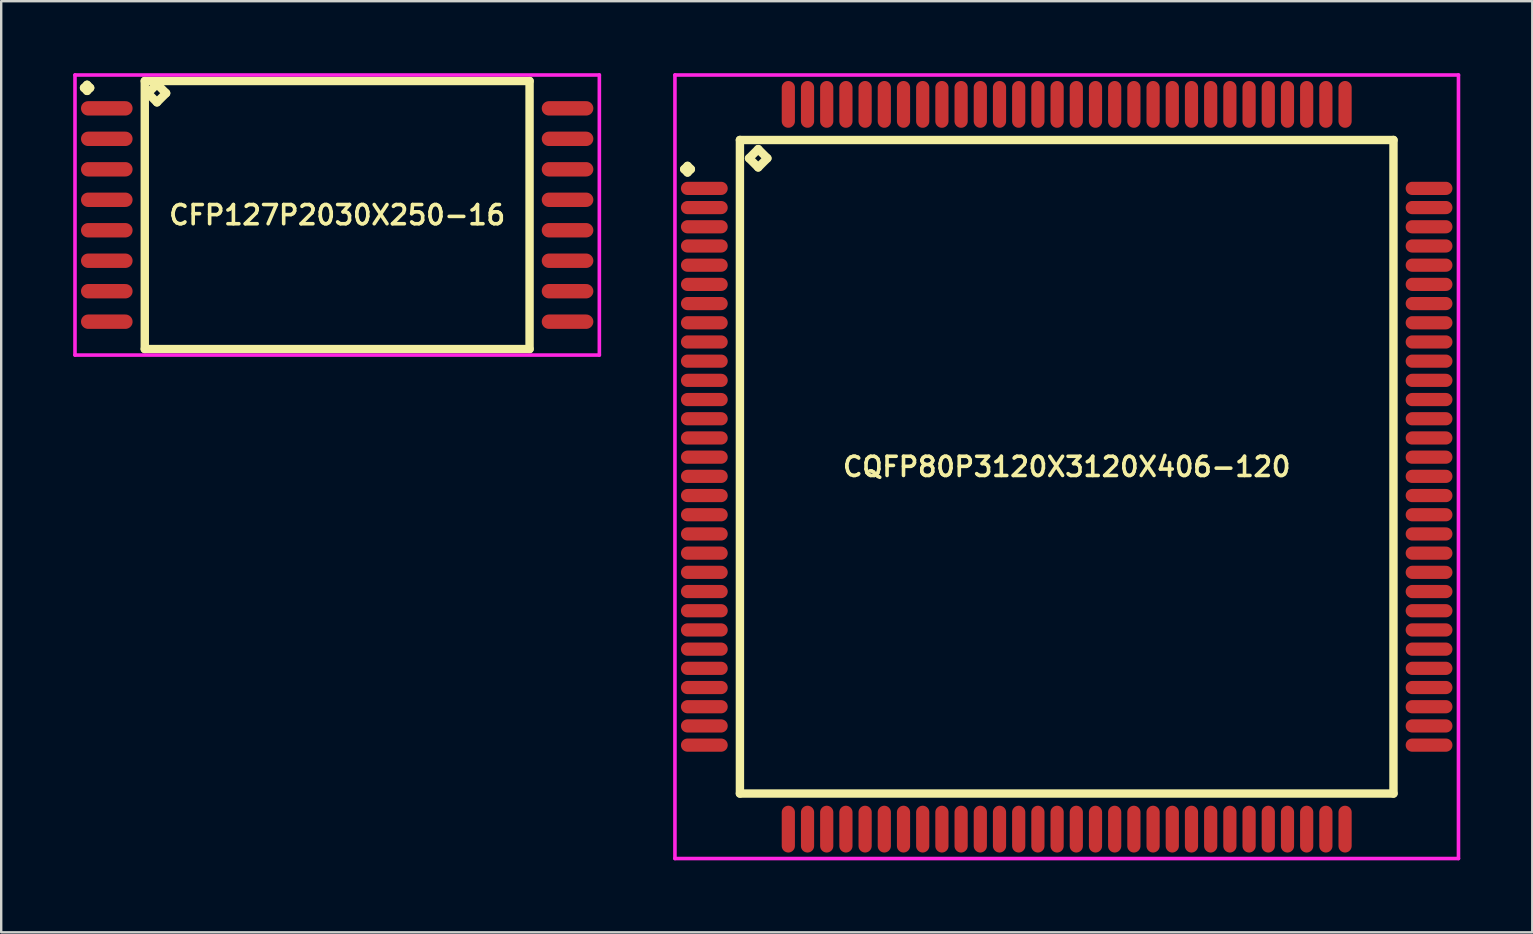
<source format=kicad_pcb>
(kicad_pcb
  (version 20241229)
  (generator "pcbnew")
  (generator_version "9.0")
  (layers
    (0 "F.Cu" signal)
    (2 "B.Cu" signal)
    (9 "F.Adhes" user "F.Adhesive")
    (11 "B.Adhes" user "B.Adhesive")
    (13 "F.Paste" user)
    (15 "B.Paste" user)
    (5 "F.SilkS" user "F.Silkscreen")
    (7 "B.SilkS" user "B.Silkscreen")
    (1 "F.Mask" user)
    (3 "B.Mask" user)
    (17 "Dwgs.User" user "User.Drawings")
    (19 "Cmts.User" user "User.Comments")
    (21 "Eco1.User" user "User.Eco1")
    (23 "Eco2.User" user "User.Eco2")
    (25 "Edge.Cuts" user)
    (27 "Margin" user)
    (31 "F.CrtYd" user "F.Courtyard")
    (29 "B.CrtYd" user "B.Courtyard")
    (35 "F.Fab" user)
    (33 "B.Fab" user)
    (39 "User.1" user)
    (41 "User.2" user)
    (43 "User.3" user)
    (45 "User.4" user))
  (footprint "CQFP80P3120X3120X406-120"
    (layer "F.Cu")
    (at 41.4 16.4)
    (property "Reference" "CQFP80P3120X3120X406-120" (at 0 0 0) (layer "F.SilkS") (effects (font (size 0.8 0.8) (thickness 0.15))))
    (attr smd)
    (fp_line (start -15.938 -12.4) (end -15.8 -12.537) (stroke (width 0.35) (type solid)) (layer "F.SilkS"))
    (fp_line (start -15.8 -12.537) (end -15.662 -12.4) (stroke (width 0.35) (type solid)) (layer "F.SilkS"))
    (fp_line (start -15.8 -12.262) (end -15.938 -12.4) (stroke (width 0.35) (type solid)) (layer "F.SilkS"))
    (fp_line (start -15.662 -12.4) (end -15.8 -12.262) (stroke (width 0.35) (type solid)) (layer "F.SilkS"))
    (fp_line (start -13.617 -13.617) (end -13.617 13.617) (stroke (width 0.35) (type solid)) (layer "F.SilkS"))
    (fp_line (start -13.617 13.617) (end 13.617 13.617) (stroke (width 0.35) (type solid)) (layer "F.SilkS"))
    (fp_line (start -13.236 -12.855) (end -12.855 -13.236) (stroke (width 0.35) (type solid)) (layer "F.SilkS"))
    (fp_line (start -12.855 -13.236) (end -12.474 -12.855) (stroke (width 0.35) (type solid)) (layer "F.SilkS"))
    (fp_line (start -12.855 -12.474) (end -13.236 -12.855) (stroke (width 0.35) (type solid)) (layer "F.SilkS"))
    (fp_line (start -12.474 -12.855) (end -12.855 -12.474) (stroke (width 0.35) (type solid)) (layer "F.SilkS"))
    (fp_line (start 13.617 -13.617) (end -13.617 -13.617) (stroke (width 0.35) (type solid)) (layer "F.SilkS"))
    (fp_line (start 13.617 13.617) (end 13.617 -13.617) (stroke (width 0.35) (type solid)) (layer "F.SilkS"))
    (fp_line (start -16.325 -16.325) (end 16.325 -16.325) (stroke (width 0.15) (type solid)) (layer "F.CrtYd"))
    (fp_line (start -16.325 16.325) (end -16.325 -16.325) (stroke (width 0.15) (type solid)) (layer "F.CrtYd"))
    (fp_line (start 16.325 -16.325) (end 16.325 16.325) (stroke (width 0.15) (type solid)) (layer "F.CrtYd"))
    (fp_line (start 16.325 16.325) (end -16.325 16.325) (stroke (width 0.15) (type solid)) (layer "F.CrtYd"))
    (pad "1" smd oval (at -15.1 -11.6) (size 1.95 0.55) (layers "F.Cu" "F.Mask" "F.Paste"))
    (pad "2" smd oval (at -15.1 -10.8) (size 1.95 0.55) (layers "F.Cu" "F.Mask" "F.Paste"))
    (pad "3" smd oval (at -15.1 -10) (size 1.95 0.55) (layers "F.Cu" "F.Mask" "F.Paste"))
    (pad "4" smd oval (at -15.1 -9.2) (size 1.95 0.55) (layers "F.Cu" "F.Mask" "F.Paste"))
    (pad "5" smd oval (at -15.1 -8.4) (size 1.95 0.55) (layers "F.Cu" "F.Mask" "F.Paste"))
    (pad "6" smd oval (at -15.1 -7.6) (size 1.95 0.55) (layers "F.Cu" "F.Mask" "F.Paste"))
    (pad "7" smd oval (at -15.1 -6.8) (size 1.95 0.55) (layers "F.Cu" "F.Mask" "F.Paste"))
    (pad "8" smd oval (at -15.1 -6) (size 1.95 0.55) (layers "F.Cu" "F.Mask" "F.Paste"))
    (pad "9" smd oval (at -15.1 -5.2) (size 1.95 0.55) (layers "F.Cu" "F.Mask" "F.Paste"))
    (pad "10" smd oval (at -15.1 -4.4) (size 1.95 0.55) (layers "F.Cu" "F.Mask" "F.Paste"))
    (pad "11" smd oval (at -15.1 -3.6) (size 1.95 0.55) (layers "F.Cu" "F.Mask" "F.Paste"))
    (pad "12" smd oval (at -15.1 -2.8) (size 1.95 0.55) (layers "F.Cu" "F.Mask" "F.Paste"))
    (pad "13" smd oval (at -15.1 -2) (size 1.95 0.55) (layers "F.Cu" "F.Mask" "F.Paste"))
    (pad "14" smd oval (at -15.1 -1.2) (size 1.95 0.55) (layers "F.Cu" "F.Mask" "F.Paste"))
    (pad "15" smd oval (at -15.1 -0.4) (size 1.95 0.55) (layers "F.Cu" "F.Mask" "F.Paste"))
    (pad "16" smd oval (at -15.1 0.4) (size 1.95 0.55) (layers "F.Cu" "F.Mask" "F.Paste"))
    (pad "17" smd oval (at -15.1 1.2) (size 1.95 0.55) (layers "F.Cu" "F.Mask" "F.Paste"))
    (pad "18" smd oval (at -15.1 2) (size 1.95 0.55) (layers "F.Cu" "F.Mask" "F.Paste"))
    (pad "19" smd oval (at -15.1 2.8) (size 1.95 0.55) (layers "F.Cu" "F.Mask" "F.Paste"))
    (pad "20" smd oval (at -15.1 3.6) (size 1.95 0.55) (layers "F.Cu" "F.Mask" "F.Paste"))
    (pad "21" smd oval (at -15.1 4.4) (size 1.95 0.55) (layers "F.Cu" "F.Mask" "F.Paste"))
    (pad "22" smd oval (at -15.1 5.2) (size 1.95 0.55) (layers "F.Cu" "F.Mask" "F.Paste"))
    (pad "23" smd oval (at -15.1 6) (size 1.95 0.55) (layers "F.Cu" "F.Mask" "F.Paste"))
    (pad "24" smd oval (at -15.1 6.8) (size 1.95 0.55) (layers "F.Cu" "F.Mask" "F.Paste"))
    (pad "25" smd oval (at -15.1 7.6) (size 1.95 0.55) (layers "F.Cu" "F.Mask" "F.Paste"))
    (pad "26" smd oval (at -15.1 8.4) (size 1.95 0.55) (layers "F.Cu" "F.Mask" "F.Paste"))
    (pad "27" smd oval (at -15.1 9.2) (size 1.95 0.55) (layers "F.Cu" "F.Mask" "F.Paste"))
    (pad "28" smd oval (at -15.1 10) (size 1.95 0.55) (layers "F.Cu" "F.Mask" "F.Paste"))
    (pad "29" smd oval (at -15.1 10.8) (size 1.95 0.55) (layers "F.Cu" "F.Mask" "F.Paste"))
    (pad "30" smd oval (at -15.1 11.6) (size 1.95 0.55) (layers "F.Cu" "F.Mask" "F.Paste"))
    (pad "31" smd oval (at -11.6 15.1) (size 0.55 1.95) (layers "F.Cu" "F.Mask" "F.Paste"))
    (pad "32" smd oval (at -10.8 15.1) (size 0.55 1.95) (layers "F.Cu" "F.Mask" "F.Paste"))
    (pad "33" smd oval (at -10 15.1) (size 0.55 1.95) (layers "F.Cu" "F.Mask" "F.Paste"))
    (pad "34" smd oval (at -9.2 15.1) (size 0.55 1.95) (layers "F.Cu" "F.Mask" "F.Paste"))
    (pad "35" smd oval (at -8.4 15.1) (size 0.55 1.95) (layers "F.Cu" "F.Mask" "F.Paste"))
    (pad "36" smd oval (at -7.6 15.1) (size 0.55 1.95) (layers "F.Cu" "F.Mask" "F.Paste"))
    (pad "37" smd oval (at -6.8 15.1) (size 0.55 1.95) (layers "F.Cu" "F.Mask" "F.Paste"))
    (pad "38" smd oval (at -6 15.1) (size 0.55 1.95) (layers "F.Cu" "F.Mask" "F.Paste"))
    (pad "39" smd oval (at -5.2 15.1) (size 0.55 1.95) (layers "F.Cu" "F.Mask" "F.Paste"))
    (pad "40" smd oval (at -4.4 15.1) (size 0.55 1.95) (layers "F.Cu" "F.Mask" "F.Paste"))
    (pad "41" smd oval (at -3.6 15.1) (size 0.55 1.95) (layers "F.Cu" "F.Mask" "F.Paste"))
    (pad "42" smd oval (at -2.8 15.1) (size 0.55 1.95) (layers "F.Cu" "F.Mask" "F.Paste"))
    (pad "43" smd oval (at -2 15.1) (size 0.55 1.95) (layers "F.Cu" "F.Mask" "F.Paste"))
    (pad "44" smd oval (at -1.2 15.1) (size 0.55 1.95) (layers "F.Cu" "F.Mask" "F.Paste"))
    (pad "45" smd oval (at -0.4 15.1) (size 0.55 1.95) (layers "F.Cu" "F.Mask" "F.Paste"))
    (pad "46" smd oval (at 0.4 15.1) (size 0.55 1.95) (layers "F.Cu" "F.Mask" "F.Paste"))
    (pad "47" smd oval (at 1.2 15.1) (size 0.55 1.95) (layers "F.Cu" "F.Mask" "F.Paste"))
    (pad "48" smd oval (at 2 15.1) (size 0.55 1.95) (layers "F.Cu" "F.Mask" "F.Paste"))
    (pad "49" smd oval (at 2.8 15.1) (size 0.55 1.95) (layers "F.Cu" "F.Mask" "F.Paste"))
    (pad "50" smd oval (at 3.6 15.1) (size 0.55 1.95) (layers "F.Cu" "F.Mask" "F.Paste"))
    (pad "51" smd oval (at 4.4 15.1) (size 0.55 1.95) (layers "F.Cu" "F.Mask" "F.Paste"))
    (pad "52" smd oval (at 5.2 15.1) (size 0.55 1.95) (layers "F.Cu" "F.Mask" "F.Paste"))
    (pad "53" smd oval (at 6 15.1) (size 0.55 1.95) (layers "F.Cu" "F.Mask" "F.Paste"))
    (pad "54" smd oval (at 6.8 15.1) (size 0.55 1.95) (layers "F.Cu" "F.Mask" "F.Paste"))
    (pad "55" smd oval (at 7.6 15.1) (size 0.55 1.95) (layers "F.Cu" "F.Mask" "F.Paste"))
    (pad "56" smd oval (at 8.4 15.1) (size 0.55 1.95) (layers "F.Cu" "F.Mask" "F.Paste"))
    (pad "57" smd oval (at 9.2 15.1) (size 0.55 1.95) (layers "F.Cu" "F.Mask" "F.Paste"))
    (pad "58" smd oval (at 10 15.1) (size 0.55 1.95) (layers "F.Cu" "F.Mask" "F.Paste"))
    (pad "59" smd oval (at 10.8 15.1) (size 0.55 1.95) (layers "F.Cu" "F.Mask" "F.Paste"))
    (pad "60" smd oval (at 11.6 15.1) (size 0.55 1.95) (layers "F.Cu" "F.Mask" "F.Paste"))
    (pad "61" smd oval (at 15.1 11.6) (size 1.95 0.55) (layers "F.Cu" "F.Mask" "F.Paste"))
    (pad "62" smd oval (at 15.1 10.8) (size 1.95 0.55) (layers "F.Cu" "F.Mask" "F.Paste"))
    (pad "63" smd oval (at 15.1 10) (size 1.95 0.55) (layers "F.Cu" "F.Mask" "F.Paste"))
    (pad "64" smd oval (at 15.1 9.2) (size 1.95 0.55) (layers "F.Cu" "F.Mask" "F.Paste"))
    (pad "65" smd oval (at 15.1 8.4) (size 1.95 0.55) (layers "F.Cu" "F.Mask" "F.Paste"))
    (pad "66" smd oval (at 15.1 7.6) (size 1.95 0.55) (layers "F.Cu" "F.Mask" "F.Paste"))
    (pad "67" smd oval (at 15.1 6.8) (size 1.95 0.55) (layers "F.Cu" "F.Mask" "F.Paste"))
    (pad "68" smd oval (at 15.1 6) (size 1.95 0.55) (layers "F.Cu" "F.Mask" "F.Paste"))
    (pad "69" smd oval (at 15.1 5.2) (size 1.95 0.55) (layers "F.Cu" "F.Mask" "F.Paste"))
    (pad "70" smd oval (at 15.1 4.4) (size 1.95 0.55) (layers "F.Cu" "F.Mask" "F.Paste"))
    (pad "71" smd oval (at 15.1 3.6) (size 1.95 0.55) (layers "F.Cu" "F.Mask" "F.Paste"))
    (pad "72" smd oval (at 15.1 2.8) (size 1.95 0.55) (layers "F.Cu" "F.Mask" "F.Paste"))
    (pad "73" smd oval (at 15.1 2) (size 1.95 0.55) (layers "F.Cu" "F.Mask" "F.Paste"))
    (pad "74" smd oval (at 15.1 1.2) (size 1.95 0.55) (layers "F.Cu" "F.Mask" "F.Paste"))
    (pad "75" smd oval (at 15.1 0.4) (size 1.95 0.55) (layers "F.Cu" "F.Mask" "F.Paste"))
    (pad "76" smd oval (at 15.1 -0.4) (size 1.95 0.55) (layers "F.Cu" "F.Mask" "F.Paste"))
    (pad "77" smd oval (at 15.1 -1.2) (size 1.95 0.55) (layers "F.Cu" "F.Mask" "F.Paste"))
    (pad "78" smd oval (at 15.1 -2) (size 1.95 0.55) (layers "F.Cu" "F.Mask" "F.Paste"))
    (pad "79" smd oval (at 15.1 -2.8) (size 1.95 0.55) (layers "F.Cu" "F.Mask" "F.Paste"))
    (pad "80" smd oval (at 15.1 -3.6) (size 1.95 0.55) (layers "F.Cu" "F.Mask" "F.Paste"))
    (pad "81" smd oval (at 15.1 -4.4) (size 1.95 0.55) (layers "F.Cu" "F.Mask" "F.Paste"))
    (pad "82" smd oval (at 15.1 -5.2) (size 1.95 0.55) (layers "F.Cu" "F.Mask" "F.Paste"))
    (pad "83" smd oval (at 15.1 -6) (size 1.95 0.55) (layers "F.Cu" "F.Mask" "F.Paste"))
    (pad "84" smd oval (at 15.1 -6.8) (size 1.95 0.55) (layers "F.Cu" "F.Mask" "F.Paste"))
    (pad "85" smd oval (at 15.1 -7.6) (size 1.95 0.55) (layers "F.Cu" "F.Mask" "F.Paste"))
    (pad "86" smd oval (at 15.1 -8.4) (size 1.95 0.55) (layers "F.Cu" "F.Mask" "F.Paste"))
    (pad "87" smd oval (at 15.1 -9.2) (size 1.95 0.55) (layers "F.Cu" "F.Mask" "F.Paste"))
    (pad "88" smd oval (at 15.1 -10) (size 1.95 0.55) (layers "F.Cu" "F.Mask" "F.Paste"))
    (pad "89" smd oval (at 15.1 -10.8) (size 1.95 0.55) (layers "F.Cu" "F.Mask" "F.Paste"))
    (pad "90" smd oval (at 15.1 -11.6) (size 1.95 0.55) (layers "F.Cu" "F.Mask" "F.Paste"))
    (pad "91" smd oval (at 11.6 -15.1) (size 0.55 1.95) (layers "F.Cu" "F.Mask" "F.Paste"))
    (pad "92" smd oval (at 10.8 -15.1) (size 0.55 1.95) (layers "F.Cu" "F.Mask" "F.Paste"))
    (pad "93" smd oval (at 10 -15.1) (size 0.55 1.95) (layers "F.Cu" "F.Mask" "F.Paste"))
    (pad "94" smd oval (at 9.2 -15.1) (size 0.55 1.95) (layers "F.Cu" "F.Mask" "F.Paste"))
    (pad "95" smd oval (at 8.4 -15.1) (size 0.55 1.95) (layers "F.Cu" "F.Mask" "F.Paste"))
    (pad "96" smd oval (at 7.6 -15.1) (size 0.55 1.95) (layers "F.Cu" "F.Mask" "F.Paste"))
    (pad "97" smd oval (at 6.8 -15.1) (size 0.55 1.95) (layers "F.Cu" "F.Mask" "F.Paste"))
    (pad "98" smd oval (at 6 -15.1) (size 0.55 1.95) (layers "F.Cu" "F.Mask" "F.Paste"))
    (pad "99" smd oval (at 5.2 -15.1) (size 0.55 1.95) (layers "F.Cu" "F.Mask" "F.Paste"))
    (pad "100" smd oval (at 4.4 -15.1) (size 0.55 1.95) (layers "F.Cu" "F.Mask" "F.Paste"))
    (pad "101" smd oval (at 3.6 -15.1) (size 0.55 1.95) (layers "F.Cu" "F.Mask" "F.Paste"))
    (pad "102" smd oval (at 2.8 -15.1) (size 0.55 1.95) (layers "F.Cu" "F.Mask" "F.Paste"))
    (pad "103" smd oval (at 2 -15.1) (size 0.55 1.95) (layers "F.Cu" "F.Mask" "F.Paste"))
    (pad "104" smd oval (at 1.2 -15.1) (size 0.55 1.95) (layers "F.Cu" "F.Mask" "F.Paste"))
    (pad "105" smd oval (at 0.4 -15.1) (size 0.55 1.95) (layers "F.Cu" "F.Mask" "F.Paste"))
    (pad "106" smd oval (at -0.4 -15.1) (size 0.55 1.95) (layers "F.Cu" "F.Mask" "F.Paste"))
    (pad "107" smd oval (at -1.2 -15.1) (size 0.55 1.95) (layers "F.Cu" "F.Mask" "F.Paste"))
    (pad "108" smd oval (at -2 -15.1) (size 0.55 1.95) (layers "F.Cu" "F.Mask" "F.Paste"))
    (pad "109" smd oval (at -2.8 -15.1) (size 0.55 1.95) (layers "F.Cu" "F.Mask" "F.Paste"))
    (pad "110" smd oval (at -3.6 -15.1) (size 0.55 1.95) (layers "F.Cu" "F.Mask" "F.Paste"))
    (pad "111" smd oval (at -4.4 -15.1) (size 0.55 1.95) (layers "F.Cu" "F.Mask" "F.Paste"))
    (pad "112" smd oval (at -5.2 -15.1) (size 0.55 1.95) (layers "F.Cu" "F.Mask" "F.Paste"))
    (pad "113" smd oval (at -6 -15.1) (size 0.55 1.95) (layers "F.Cu" "F.Mask" "F.Paste"))
    (pad "114" smd oval (at -6.8 -15.1) (size 0.55 1.95) (layers "F.Cu" "F.Mask" "F.Paste"))
    (pad "115" smd oval (at -7.6 -15.1) (size 0.55 1.95) (layers "F.Cu" "F.Mask" "F.Paste"))
    (pad "116" smd oval (at -8.4 -15.1) (size 0.55 1.95) (layers "F.Cu" "F.Mask" "F.Paste"))
    (pad "117" smd oval (at -9.2 -15.1) (size 0.55 1.95) (layers "F.Cu" "F.Mask" "F.Paste"))
    (pad "118" smd oval (at -10 -15.1) (size 0.55 1.95) (layers "F.Cu" "F.Mask" "F.Paste"))
    (pad "119" smd oval (at -10.8 -15.1) (size 0.55 1.95) (layers "F.Cu" "F.Mask" "F.Paste"))
    (pad "120" smd oval (at -11.6 -15.1) (size 0.55 1.95) (layers "F.Cu" "F.Mask" "F.Paste")))
  (footprint "CFP127P2030X250-16"
    (layer "F.Cu")
    (at 11 5.91)
    (property "Reference" "CFP127P2030X250-16" (at 0 0 0) (layer "F.SilkS") (effects (font (size 0.8 0.8) (thickness 0.15))))
    (attr smd)
    (fp_line (start -10.548 -5.299) (end -10.421 -5.426) (stroke (width 0.35) (type solid)) (layer "F.SilkS"))
    (fp_line (start -10.421 -5.426) (end -10.294 -5.299) (stroke (width 0.35) (type solid)) (layer "F.SilkS"))
    (fp_line (start -10.421 -5.172) (end -10.548 -5.299) (stroke (width 0.35) (type solid)) (layer "F.SilkS"))
    (fp_line (start -10.294 -5.299) (end -10.421 -5.172) (stroke (width 0.35) (type solid)) (layer "F.SilkS"))
    (fp_line (start -8.017 -5.585) (end -8.017 5.585) (stroke (width 0.35) (type solid)) (layer "F.SilkS"))
    (fp_line (start -8.017 5.585) (end 8.017 5.585) (stroke (width 0.35) (type solid)) (layer "F.SilkS"))
    (fp_line (start -7.89 -5.077) (end -7.509 -5.458) (stroke (width 0.35) (type solid)) (layer "F.SilkS"))
    (fp_line (start -7.509 -5.458) (end -7.128 -5.077) (stroke (width 0.35) (type solid)) (layer "F.SilkS"))
    (fp_line (start -7.509 -4.696) (end -7.89 -5.077) (stroke (width 0.35) (type solid)) (layer "F.SilkS"))
    (fp_line (start -7.128 -5.077) (end -7.509 -4.696) (stroke (width 0.35) (type solid)) (layer "F.SilkS"))
    (fp_line (start 8.017 -5.585) (end -8.017 -5.585) (stroke (width 0.35) (type solid)) (layer "F.SilkS"))
    (fp_line (start 8.017 5.585) (end 8.017 -5.585) (stroke (width 0.35) (type solid)) (layer "F.SilkS"))
    (fp_line (start -10.925 -5.835) (end 10.925 -5.835) (stroke (width 0.15) (type solid)) (layer "F.CrtYd"))
    (fp_line (start -10.925 5.835) (end -10.925 -5.835) (stroke (width 0.15) (type solid)) (layer "F.CrtYd"))
    (fp_line (start 10.925 -5.835) (end 10.925 5.835) (stroke (width 0.15) (type solid)) (layer "F.CrtYd"))
    (fp_line (start 10.925 5.835) (end -10.925 5.835) (stroke (width 0.15) (type solid)) (layer "F.CrtYd"))
    (pad "1" smd oval (at -9.6 -4.445) (size 2.15 0.6) (layers "F.Cu" "F.Mask" "F.Paste"))
    (pad "2" smd oval (at -9.6 -3.175) (size 2.15 0.6) (layers "F.Cu" "F.Mask" "F.Paste"))
    (pad "3" smd oval (at -9.6 -1.905) (size 2.15 0.6) (layers "F.Cu" "F.Mask" "F.Paste"))
    (pad "4" smd oval (at -9.6 -0.635) (size 2.15 0.6) (layers "F.Cu" "F.Mask" "F.Paste"))
    (pad "5" smd oval (at -9.6 0.635) (size 2.15 0.6) (layers "F.Cu" "F.Mask" "F.Paste"))
    (pad "6" smd oval (at -9.6 1.905) (size 2.15 0.6) (layers "F.Cu" "F.Mask" "F.Paste"))
    (pad "7" smd oval (at -9.6 3.175) (size 2.15 0.6) (layers "F.Cu" "F.Mask" "F.Paste"))
    (pad "8" smd oval (at -9.6 4.445) (size 2.15 0.6) (layers "F.Cu" "F.Mask" "F.Paste"))
    (pad "9" smd oval (at 9.6 4.445) (size 2.15 0.6) (layers "F.Cu" "F.Mask" "F.Paste"))
    (pad "10" smd oval (at 9.6 3.175) (size 2.15 0.6) (layers "F.Cu" "F.Mask" "F.Paste"))
    (pad "11" smd oval (at 9.6 1.905) (size 2.15 0.6) (layers "F.Cu" "F.Mask" "F.Paste"))
    (pad "12" smd oval (at 9.6 0.635) (size 2.15 0.6) (layers "F.Cu" "F.Mask" "F.Paste"))
    (pad "13" smd oval (at 9.6 -0.635) (size 2.15 0.6) (layers "F.Cu" "F.Mask" "F.Paste"))
    (pad "14" smd oval (at 9.6 -1.905) (size 2.15 0.6) (layers "F.Cu" "F.Mask" "F.Paste"))
    (pad "15" smd oval (at 9.6 -3.175) (size 2.15 0.6) (layers "F.Cu" "F.Mask" "F.Paste"))
    (pad "16" smd oval (at 9.6 -4.445) (size 2.15 0.6) (layers "F.Cu" "F.Mask" "F.Paste")))
  (gr_rect
    (start -3 -3)
    (end 60.8 35.8)
    (stroke (width 0.1) (type default))
    (fill no)
    (layer "Edge.Cuts")))
</source>
